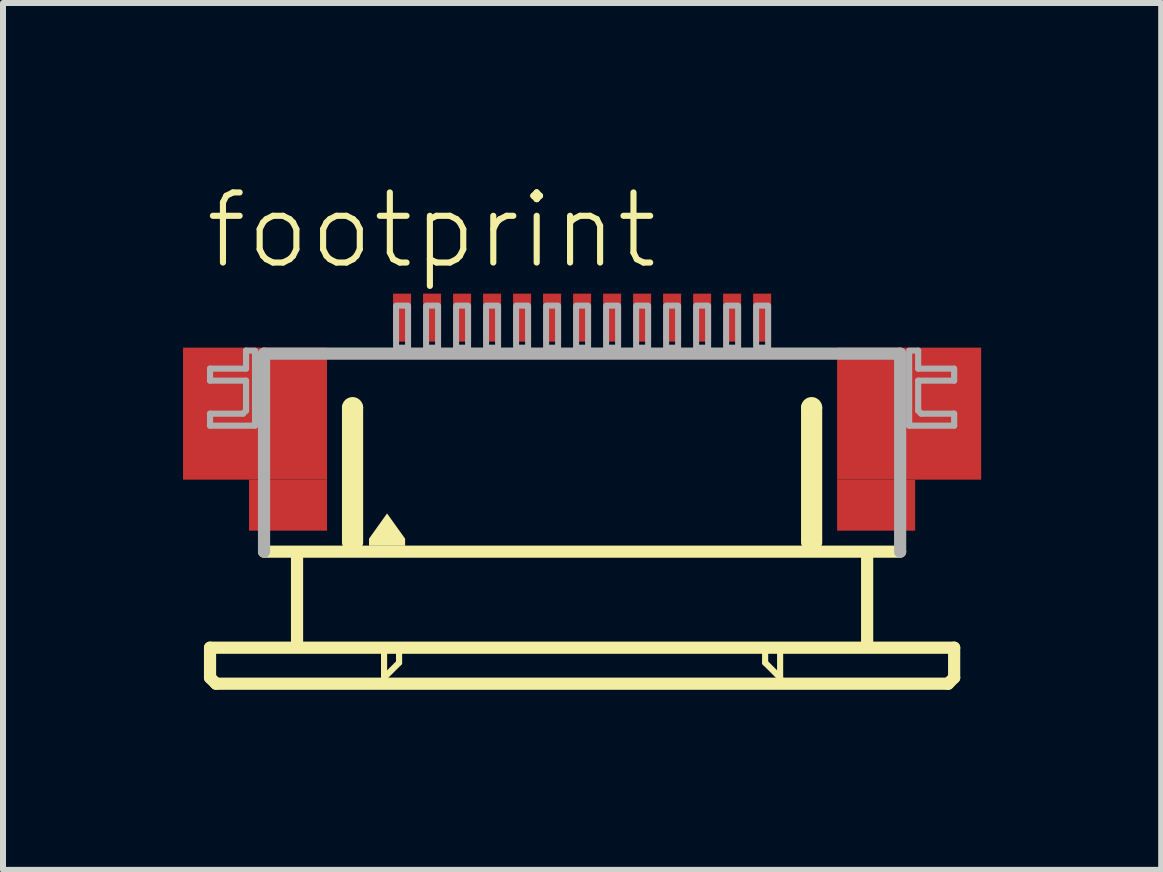
<source format=kicad_pcb>
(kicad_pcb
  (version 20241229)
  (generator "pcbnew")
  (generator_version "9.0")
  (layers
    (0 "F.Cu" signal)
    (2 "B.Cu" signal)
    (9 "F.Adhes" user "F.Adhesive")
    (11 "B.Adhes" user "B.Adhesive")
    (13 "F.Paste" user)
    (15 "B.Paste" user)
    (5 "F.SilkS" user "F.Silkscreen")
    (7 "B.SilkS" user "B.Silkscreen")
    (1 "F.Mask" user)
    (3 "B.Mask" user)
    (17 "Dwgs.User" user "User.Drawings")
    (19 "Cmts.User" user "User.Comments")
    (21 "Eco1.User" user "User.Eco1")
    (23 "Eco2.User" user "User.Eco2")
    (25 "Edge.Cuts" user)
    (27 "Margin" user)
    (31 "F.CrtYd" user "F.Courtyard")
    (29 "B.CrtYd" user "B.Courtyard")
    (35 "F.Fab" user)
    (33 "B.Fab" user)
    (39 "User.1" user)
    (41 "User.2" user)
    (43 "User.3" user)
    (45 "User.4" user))
  (footprint "footprint"
    (layer "F.Cu")
    (at 6.65 4.743)
    (property "Reference" "footprint" (at -6.33 -3.27 0) (layer "F.SilkS") (effects (font (size 1.168 1.168) (thickness 0.102)) (justify left bottom)))
    (fp_poly (pts (xy -6.65 0.2) (xy -4.25 0.2) (xy -4.25 -2) (xy -6.65 -2)) (stroke (width 0) (type solid)) (fill yes) (layer "F.Cu"))
    (fp_poly (pts (xy -5.55 1.05) (xy -4.25 1.05) (xy -4.25 0.2) (xy -5.55 0.2)) (stroke (width 0) (type solid)) (fill yes) (layer "F.Cu"))
    (fp_poly (pts (xy 4.25 0.2) (xy 6.65 0.2) (xy 6.65 -2) (xy 4.25 -2)) (stroke (width 0) (type solid)) (fill yes) (layer "F.Cu"))
    (fp_poly (pts (xy 4.25 1.05) (xy 5.55 1.05) (xy 5.55 0.2) (xy 4.25 0.2)) (stroke (width 0) (type solid)) (fill yes) (layer "F.Cu"))
    (fp_poly (pts (xy -6.65 0.2) (xy -5.5 0.2) (xy -5.5 -2) (xy -6.65 -2)) (stroke (width 0) (type solid)) (fill yes) (layer "F.Mask"))
    (fp_poly (pts (xy -5.55 1.05) (xy -4.25 1.05) (xy -4.25 -2) (xy -5.55 -2)) (stroke (width 0) (type solid)) (fill yes) (layer "F.Mask"))
    (fp_poly (pts (xy 5.55 -2) (xy 4.25 -2) (xy 4.25 1.05) (xy 5.55 1.05)) (stroke (width 0) (type solid)) (fill yes) (layer "F.Mask"))
    (fp_poly (pts (xy 6.65 -2) (xy 5.5 -2) (xy 5.5 0.2) (xy 6.65 0.2)) (stroke (width 0) (type solid)) (fill yes) (layer "F.Mask"))
    (fp_line (start -6.2 3) (end -6.2 3.5) (stroke (width 0.203) (type solid)) (layer "F.SilkS"))
    (fp_line (start -6.2 3.5) (end -6.1 3.6) (stroke (width 0.203) (type solid)) (layer "F.SilkS"))
    (fp_line (start -6.1 3.6) (end 6.1 3.6) (stroke (width 0.203) (type solid)) (layer "F.SilkS"))
    (fp_line (start -4.75 1.5) (end -4.75 2.9) (stroke (width 0.203) (type solid)) (layer "F.SilkS"))
    (fp_line (start -3.9 1.25) (end -3.9 -1) (stroke (width 0.203) (type solid)) (layer "F.SilkS"))
    (fp_line (start -3.75 -1) (end -3.75 1.25) (stroke (width 0.203) (type solid)) (layer "F.SilkS"))
    (fp_line (start -3.3 3.1) (end -3.3 3.5) (stroke (width 0.102) (type solid)) (layer "F.SilkS"))
    (fp_line (start -3.3 3.5) (end -3.05 3.25) (stroke (width 0.102) (type solid)) (layer "F.SilkS"))
    (fp_line (start -3.05 3.25) (end -3.05 3.1) (stroke (width 0.102) (type solid)) (layer "F.SilkS"))
    (fp_line (start 3.05 3.1) (end 3.05 3.25) (stroke (width 0.102) (type solid)) (layer "F.SilkS"))
    (fp_line (start 3.05 3.25) (end 3.3 3.5) (stroke (width 0.102) (type solid)) (layer "F.SilkS"))
    (fp_line (start 3.3 3.5) (end 3.3 3.1) (stroke (width 0.102) (type solid)) (layer "F.SilkS"))
    (fp_line (start 3.75 1.25) (end 3.75 -1) (stroke (width 0.203) (type solid)) (layer "F.SilkS"))
    (fp_line (start 3.9 -1) (end 3.9 1.25) (stroke (width 0.203) (type solid)) (layer "F.SilkS"))
    (fp_line (start 4.75 1.5) (end 4.75 2.9) (stroke (width 0.203) (type solid)) (layer "F.SilkS"))
    (fp_line (start 5.3 1.4) (end -5.3 1.4) (stroke (width 0.203) (type solid)) (layer "F.SilkS"))
    (fp_line (start 6.1 3.6) (end 6.2 3.5) (stroke (width 0.203) (type solid)) (layer "F.SilkS"))
    (fp_line (start 6.2 3) (end -6.2 3) (stroke (width 0.203) (type solid)) (layer "F.SilkS"))
    (fp_line (start 6.2 3.5) (end 6.2 3) (stroke (width 0.203) (type solid)) (layer "F.SilkS"))
    (fp_arc (start -3.9 -1) (mid -3.825 -1.075) (end -3.75 -1) (stroke (width 0.2032) (type solid)) (layer "F.SilkS"))
    (fp_arc (start 3.75 -1) (mid 3.825 -1.075) (end 3.9 -1) (stroke (width 0.2032) (type solid)) (layer "F.SilkS"))
    (fp_poly (pts (xy -2.949 1.184) (xy -2.949 1.301) (xy -3.551 1.301) (xy -3.551 1.184) (xy -3.25 0.763)) (stroke (width 0) (type solid)) (fill yes) (layer "F.SilkS"))
    (fp_poly (pts (xy -6.45 0.05) (xy -4.45 0.05) (xy -4.45 -1.85) (xy -6.45 -1.85)) (stroke (width 0) (type solid)) (fill yes) (layer "F.Paste"))
    (fp_poly (pts (xy 6.45 -1.85) (xy 4.45 -1.85) (xy 4.45 0.05) (xy 6.45 0.05)) (stroke (width 0) (type solid)) (fill yes) (layer "F.Paste"))
    (fp_line (start -6.2 -1.65) (end -6.2 -1.45) (stroke (width 0.102) (type solid)) (layer "F.Fab"))
    (fp_line (start -6.2 -1.45) (end -5.6 -1.45) (stroke (width 0.102) (type solid)) (layer "F.Fab"))
    (fp_line (start -6.2 -0.9) (end -6.2 -0.7) (stroke (width 0.102) (type solid)) (layer "F.Fab"))
    (fp_line (start -6.2 -0.7) (end -5.45 -0.7) (stroke (width 0.102) (type solid)) (layer "F.Fab"))
    (fp_line (start -5.65 -0.9) (end -6.2 -0.9) (stroke (width 0.102) (type solid)) (layer "F.Fab"))
    (fp_line (start -5.6 -1.95) (end -5.6 -1.65) (stroke (width 0.102) (type solid)) (layer "F.Fab"))
    (fp_line (start -5.6 -1.65) (end -6.2 -1.65) (stroke (width 0.102) (type solid)) (layer "F.Fab"))
    (fp_line (start -5.6 -1.45) (end -5.6 -0.95) (stroke (width 0.102) (type solid)) (layer "F.Fab"))
    (fp_line (start -5.6 -0.95) (end -5.65 -0.9) (stroke (width 0.102) (type solid)) (layer "F.Fab"))
    (fp_line (start -5.45 -1.95) (end -5.6 -1.95) (stroke (width 0.102) (type solid)) (layer "F.Fab"))
    (fp_line (start -5.45 -0.7) (end -5.45 -1.9) (stroke (width 0.102) (type solid)) (layer "F.Fab"))
    (fp_line (start -5.3 -1.9) (end 5.3 -1.9) (stroke (width 0.203) (type solid)) (layer "F.Fab"))
    (fp_line (start -5.3 1.4) (end -5.3 -1.9) (stroke (width 0.203) (type solid)) (layer "F.Fab"))
    (fp_line (start 5.3 -1.9) (end 5.3 1.4) (stroke (width 0.203) (type solid)) (layer "F.Fab"))
    (fp_line (start 5.45 -1.95) (end 5.6 -1.95) (stroke (width 0.102) (type solid)) (layer "F.Fab"))
    (fp_line (start 5.45 -0.7) (end 5.45 -1.9) (stroke (width 0.102) (type solid)) (layer "F.Fab"))
    (fp_line (start 5.6 -1.95) (end 5.6 -1.65) (stroke (width 0.102) (type solid)) (layer "F.Fab"))
    (fp_line (start 5.6 -1.65) (end 6.2 -1.65) (stroke (width 0.102) (type solid)) (layer "F.Fab"))
    (fp_line (start 5.6 -1.45) (end 5.6 -0.95) (stroke (width 0.102) (type solid)) (layer "F.Fab"))
    (fp_line (start 5.6 -0.95) (end 5.65 -0.9) (stroke (width 0.102) (type solid)) (layer "F.Fab"))
    (fp_line (start 5.65 -0.9) (end 6.2 -0.9) (stroke (width 0.102) (type solid)) (layer "F.Fab"))
    (fp_line (start 6.2 -1.65) (end 6.2 -1.45) (stroke (width 0.102) (type solid)) (layer "F.Fab"))
    (fp_line (start 6.2 -1.45) (end 5.6 -1.45) (stroke (width 0.102) (type solid)) (layer "F.Fab"))
    (fp_line (start 6.2 -0.9) (end 6.2 -0.7) (stroke (width 0.102) (type solid)) (layer "F.Fab"))
    (fp_line (start 6.2 -0.7) (end 5.45 -0.7) (stroke (width 0.102) (type solid)) (layer "F.Fab"))
    (fp_poly (pts (xy -3.1 -2) (xy -2.9 -2) (xy -2.9 -2.7) (xy -3.1 -2.7)) (stroke (width 0.1) (type solid)) (fill no) (layer "F.Fab"))
    (fp_poly (pts (xy -2.6 -2) (xy -2.4 -2) (xy -2.4 -2.7) (xy -2.6 -2.7)) (stroke (width 0.1) (type solid)) (fill no) (layer "F.Fab"))
    (fp_poly (pts (xy -2.1 -2) (xy -1.9 -2) (xy -1.9 -2.7) (xy -2.1 -2.7)) (stroke (width 0.1) (type solid)) (fill no) (layer "F.Fab"))
    (fp_poly (pts (xy -1.6 -2) (xy -1.4 -2) (xy -1.4 -2.7) (xy -1.6 -2.7)) (stroke (width 0.1) (type solid)) (fill no) (layer "F.Fab"))
    (fp_poly (pts (xy -1.1 -2) (xy -0.9 -2) (xy -0.9 -2.7) (xy -1.1 -2.7)) (stroke (width 0.1) (type solid)) (fill no) (layer "F.Fab"))
    (fp_poly (pts (xy -0.6 -2) (xy -0.4 -2) (xy -0.4 -2.7) (xy -0.6 -2.7)) (stroke (width 0.1) (type solid)) (fill no) (layer "F.Fab"))
    (fp_poly (pts (xy -0.1 -2) (xy 0.1 -2) (xy 0.1 -2.7) (xy -0.1 -2.7)) (stroke (width 0.1) (type solid)) (fill no) (layer "F.Fab"))
    (fp_poly (pts (xy 0.4 -2) (xy 0.6 -2) (xy 0.6 -2.7) (xy 0.4 -2.7)) (stroke (width 0.1) (type solid)) (fill no) (layer "F.Fab"))
    (fp_poly (pts (xy 0.9 -2) (xy 1.1 -2) (xy 1.1 -2.7) (xy 0.9 -2.7)) (stroke (width 0.1) (type solid)) (fill no) (layer "F.Fab"))
    (fp_poly (pts (xy 1.4 -2) (xy 1.6 -2) (xy 1.6 -2.7) (xy 1.4 -2.7)) (stroke (width 0.1) (type solid)) (fill no) (layer "F.Fab"))
    (fp_poly (pts (xy 1.9 -2) (xy 2.1 -2) (xy 2.1 -2.7) (xy 1.9 -2.7)) (stroke (width 0.1) (type solid)) (fill no) (layer "F.Fab"))
    (fp_poly (pts (xy 2.4 -2) (xy 2.6 -2) (xy 2.6 -2.7) (xy 2.4 -2.7)) (stroke (width 0.1) (type solid)) (fill no) (layer "F.Fab"))
    (fp_poly (pts (xy 2.9 -2) (xy 3.1 -2) (xy 3.1 -2.7) (xy 2.9 -2.7)) (stroke (width 0.1) (type solid)) (fill no) (layer "F.Fab"))
    (pad "1" smd rect (at -3 -2.5) (size 0.3 0.8) (layers "F.Cu" "F.Mask" "F.Paste"))
    (pad "2" smd rect (at -2.5 -2.5) (size 0.3 0.8) (layers "F.Cu" "F.Mask" "F.Paste"))
    (pad "3" smd rect (at -2 -2.5) (size 0.3 0.8) (layers "F.Cu" "F.Mask" "F.Paste"))
    (pad "4" smd rect (at -1.5 -2.5) (size 0.3 0.8) (layers "F.Cu" "F.Mask" "F.Paste"))
    (pad "5" smd rect (at -1 -2.5) (size 0.3 0.8) (layers "F.Cu" "F.Mask" "F.Paste"))
    (pad "6" smd rect (at -0.5 -2.5) (size 0.3 0.8) (layers "F.Cu" "F.Mask" "F.Paste"))
    (pad "7" smd rect (at 0 -2.5) (size 0.3 0.8) (layers "F.Cu" "F.Mask" "F.Paste"))
    (pad "8" smd rect (at 0.5 -2.5) (size 0.3 0.8) (layers "F.Cu" "F.Mask" "F.Paste"))
    (pad "9" smd rect (at 1 -2.5) (size 0.3 0.8) (layers "F.Cu" "F.Mask" "F.Paste"))
    (pad "10" smd rect (at 1.5 -2.5) (size 0.3 0.8) (layers "F.Cu" "F.Mask" "F.Paste"))
    (pad "11" smd rect (at 2 -2.5) (size 0.3 0.8) (layers "F.Cu" "F.Mask" "F.Paste"))
    (pad "12" smd rect (at 2.5 -2.5) (size 0.3 0.8) (layers "F.Cu" "F.Mask" "F.Paste"))
    (pad "13" smd rect (at 3 -2.5) (size 0.3 0.8) (layers "F.Cu" "F.Mask" "F.Paste")))
  (gr_rect
    (start -3 -3)
    (end 16.3 11.445)
    (stroke (width 0.1) (type default))
    (fill no)
    (layer "Edge.Cuts")))
</source>
